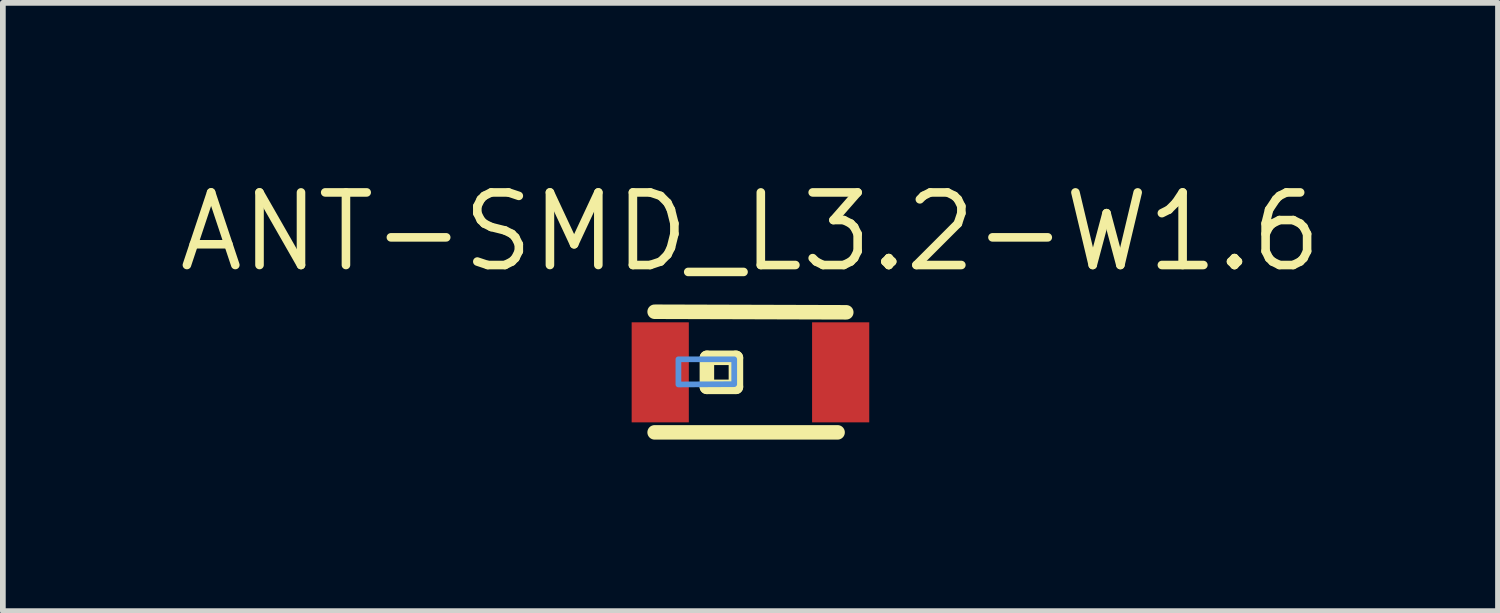
<source format=kicad_pcb>
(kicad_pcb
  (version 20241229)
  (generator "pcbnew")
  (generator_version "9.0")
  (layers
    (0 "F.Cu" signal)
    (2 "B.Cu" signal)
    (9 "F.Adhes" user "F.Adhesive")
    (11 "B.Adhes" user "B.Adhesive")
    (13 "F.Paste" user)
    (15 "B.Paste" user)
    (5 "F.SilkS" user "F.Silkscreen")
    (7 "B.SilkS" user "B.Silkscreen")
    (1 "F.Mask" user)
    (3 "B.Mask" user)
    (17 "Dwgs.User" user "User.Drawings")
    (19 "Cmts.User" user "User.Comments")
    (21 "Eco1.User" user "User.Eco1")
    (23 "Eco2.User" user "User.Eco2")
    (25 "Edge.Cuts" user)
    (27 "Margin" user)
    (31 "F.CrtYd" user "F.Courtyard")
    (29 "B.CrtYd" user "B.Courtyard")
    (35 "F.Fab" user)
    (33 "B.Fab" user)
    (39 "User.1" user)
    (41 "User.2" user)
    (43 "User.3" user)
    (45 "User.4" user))
  (footprint "ANT-SMD_L3.2-W1.6"
    (layer "F.Cu")
    (at 10.077 3.463)
    (property "Reference" "ANT-SMD_L3.2-W1.6" (at 0 -2.457 0) (layer "F.SilkS") (effects (font (size 1.27 1.27) (thickness 0.15))))
    (attr smd)
    (fp_line (start -1.676 -1.06) (end 1.676 -1.05) (stroke (width 0.254) (type solid)) (layer "F.SilkS"))
    (fp_line (start -0.762 -0.254) (end -0.762 0.254) (stroke (width 0.254) (type solid)) (layer "F.SilkS"))
    (fp_line (start -0.762 0.254) (end -0.254 0.254) (stroke (width 0.254) (type solid)) (layer "F.SilkS"))
    (fp_line (start -0.254 -0.254) (end -0.762 -0.254) (stroke (width 0.254) (type solid)) (layer "F.SilkS"))
    (fp_line (start -0.254 0.254) (end -0.254 -0.254) (stroke (width 0.254) (type solid)) (layer "F.SilkS"))
    (fp_line (start 1.524 1.05) (end -1.676 1.05) (stroke (width 0.254) (type solid)) (layer "F.SilkS"))
    (fp_poly (pts (xy -1.26 -0.228) (xy -0.284 -0.228) (xy -0.284 0.207) (xy -1.26 0.212) (xy -1.26 0.18)) (stroke (width 0.1) (type solid)) (fill no) (layer "Cmts.User"))
    (fp_text user "" (at 0 0 0) (layer "Cmts.User") (effects (font (size 1 1) (thickness 0.15))))
    (pad "1" smd rect (at -1.578 0) (size 1 1.75) (layers "F.Cu" "F.Mask" "F.Paste"))
    (pad "2" smd rect (at 1.578 0) (size 1 1.75) (layers "F.Cu" "F.Mask" "F.Paste")))
  (gr_rect
    (start -3 -3)
    (end 23.153 7.64)
    (stroke (width 0.1) (type default))
    (fill no)
    (layer "Edge.Cuts")))
</source>
